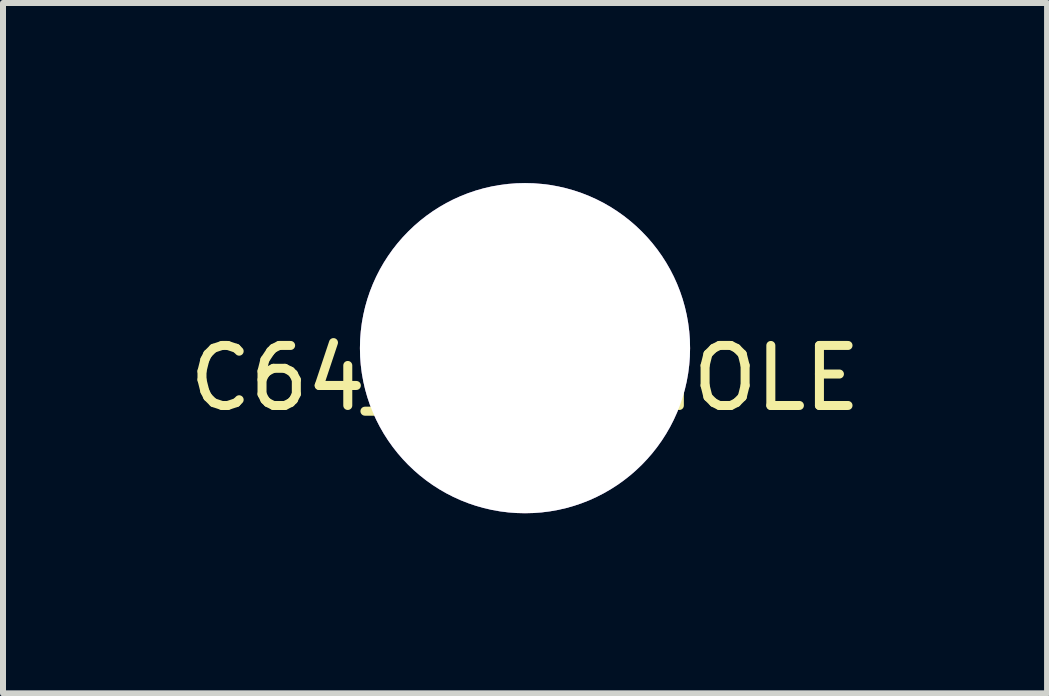
<source format=kicad_pcb>
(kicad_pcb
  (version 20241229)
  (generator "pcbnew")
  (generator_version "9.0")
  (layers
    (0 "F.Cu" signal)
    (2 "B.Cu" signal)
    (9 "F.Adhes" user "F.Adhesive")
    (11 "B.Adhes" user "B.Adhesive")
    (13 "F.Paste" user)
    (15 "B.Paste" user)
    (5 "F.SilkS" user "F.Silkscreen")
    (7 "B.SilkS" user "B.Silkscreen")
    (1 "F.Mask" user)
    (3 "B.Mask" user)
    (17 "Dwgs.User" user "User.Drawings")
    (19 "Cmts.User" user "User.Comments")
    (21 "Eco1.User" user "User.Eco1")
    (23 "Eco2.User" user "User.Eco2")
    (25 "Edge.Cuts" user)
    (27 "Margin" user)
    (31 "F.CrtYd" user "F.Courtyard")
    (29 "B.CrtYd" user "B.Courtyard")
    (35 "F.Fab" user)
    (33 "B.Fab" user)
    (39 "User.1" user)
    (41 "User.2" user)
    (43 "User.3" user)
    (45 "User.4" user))
  (footprint "C64_PEG_HOLE"
    (layer "F.Cu")
    (at 5.696 2.75)
    (property "Reference" "C64_PEG_HOLE" (at 0 0.5 0) (layer "F.SilkS") (effects (font (size 1 1) (thickness 0.15))))
    (attr through_hole)
    (pad "1" thru_hole circle (at 0 0) (size 5.5 5.5) (drill 5.5) (layers "*.Cu" "*.Mask")))
  (gr_rect
    (start -3 -3)
    (end 14.393 8.5)
    (stroke (width 0.1) (type default))
    (fill no)
    (layer "Edge.Cuts")))
</source>
